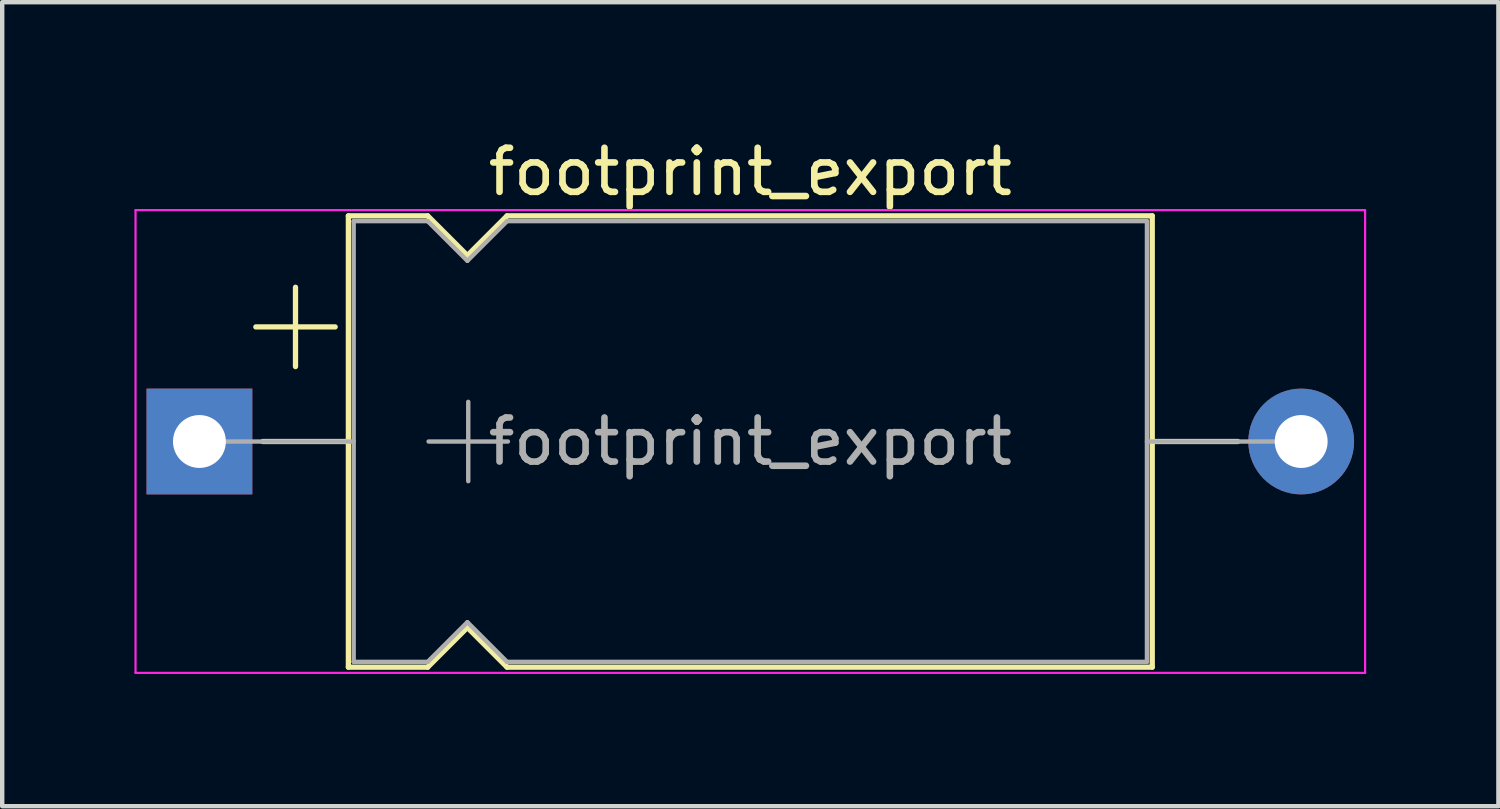
<source format=kicad_pcb>
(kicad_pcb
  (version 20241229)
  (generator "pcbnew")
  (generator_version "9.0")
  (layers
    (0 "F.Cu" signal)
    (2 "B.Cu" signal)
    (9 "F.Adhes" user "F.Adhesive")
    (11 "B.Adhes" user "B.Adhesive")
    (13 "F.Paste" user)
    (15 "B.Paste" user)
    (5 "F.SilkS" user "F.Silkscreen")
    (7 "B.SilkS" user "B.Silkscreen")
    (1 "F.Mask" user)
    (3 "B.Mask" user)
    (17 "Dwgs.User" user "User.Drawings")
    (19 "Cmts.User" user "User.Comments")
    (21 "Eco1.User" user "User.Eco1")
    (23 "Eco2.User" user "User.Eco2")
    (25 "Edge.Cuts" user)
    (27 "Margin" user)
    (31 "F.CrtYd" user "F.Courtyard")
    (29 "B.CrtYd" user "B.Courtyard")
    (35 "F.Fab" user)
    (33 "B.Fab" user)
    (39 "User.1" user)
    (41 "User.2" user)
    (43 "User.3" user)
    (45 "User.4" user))
  (footprint "footprint_export"
    (layer "F.Cu")
    (at 1.475 6.968)
    (property "Reference" "footprint_export" (at 12.5 -6.12 0) (layer "F.SilkS") (effects (font (size 1 1) (thickness 0.15))))
    (attr through_hole)
    (fp_line (start 1.28 -2.6) (end 3.08 -2.6) (stroke (width 0.12) (type solid)) (layer "F.SilkS"))
    (fp_line (start 1.44 0) (end 3.38 0) (stroke (width 0.12) (type solid)) (layer "F.SilkS"))
    (fp_line (start 2.18 -3.5) (end 2.18 -1.7) (stroke (width 0.12) (type solid)) (layer "F.SilkS"))
    (fp_line (start 3.38 -5.12) (end 3.38 5.12) (stroke (width 0.12) (type solid)) (layer "F.SilkS"))
    (fp_line (start 3.38 -5.12) (end 5.18 -5.12) (stroke (width 0.12) (type solid)) (layer "F.SilkS"))
    (fp_line (start 3.38 5.12) (end 5.18 5.12) (stroke (width 0.12) (type solid)) (layer "F.SilkS"))
    (fp_line (start 5.18 -5.12) (end 6.08 -4.22) (stroke (width 0.12) (type solid)) (layer "F.SilkS"))
    (fp_line (start 5.18 5.12) (end 6.08 4.22) (stroke (width 0.12) (type solid)) (layer "F.SilkS"))
    (fp_line (start 6.08 -4.22) (end 6.98 -5.12) (stroke (width 0.12) (type solid)) (layer "F.SilkS"))
    (fp_line (start 6.08 4.22) (end 6.98 5.12) (stroke (width 0.12) (type solid)) (layer "F.SilkS"))
    (fp_line (start 6.98 -5.12) (end 21.62 -5.12) (stroke (width 0.12) (type solid)) (layer "F.SilkS"))
    (fp_line (start 6.98 5.12) (end 21.62 5.12) (stroke (width 0.12) (type solid)) (layer "F.SilkS"))
    (fp_line (start 21.62 -5.12) (end 21.62 5.12) (stroke (width 0.12) (type solid)) (layer "F.SilkS"))
    (fp_line (start 23.56 0) (end 21.62 0) (stroke (width 0.12) (type solid)) (layer "F.SilkS"))
    (fp_line (start -1.45 -5.25) (end -1.45 5.25) (stroke (width 0.05) (type solid)) (layer "F.CrtYd"))
    (fp_line (start -1.45 5.25) (end 26.45 5.25) (stroke (width 0.05) (type solid)) (layer "F.CrtYd"))
    (fp_line (start 26.45 -5.25) (end -1.45 -5.25) (stroke (width 0.05) (type solid)) (layer "F.CrtYd"))
    (fp_line (start 26.45 5.25) (end 26.45 -5.25) (stroke (width 0.05) (type solid)) (layer "F.CrtYd"))
    (fp_line (start 0 0) (end 3.5 0) (stroke (width 0.1) (type solid)) (layer "F.Fab"))
    (fp_line (start 3.5 -5) (end 3.5 5) (stroke (width 0.1) (type solid)) (layer "F.Fab"))
    (fp_line (start 3.5 -5) (end 5.18 -5) (stroke (width 0.1) (type solid)) (layer "F.Fab"))
    (fp_line (start 3.5 5) (end 5.18 5) (stroke (width 0.1) (type solid)) (layer "F.Fab"))
    (fp_line (start 5.18 -5) (end 6.08 -4.1) (stroke (width 0.1) (type solid)) (layer "F.Fab"))
    (fp_line (start 5.18 5) (end 6.08 4.1) (stroke (width 0.1) (type solid)) (layer "F.Fab"))
    (fp_line (start 5.2 0) (end 7 0) (stroke (width 0.1) (type solid)) (layer "F.Fab"))
    (fp_line (start 6.08 -4.1) (end 6.98 -5) (stroke (width 0.1) (type solid)) (layer "F.Fab"))
    (fp_line (start 6.08 4.1) (end 6.98 5) (stroke (width 0.1) (type solid)) (layer "F.Fab"))
    (fp_line (start 6.1 -0.9) (end 6.1 0.9) (stroke (width 0.1) (type solid)) (layer "F.Fab"))
    (fp_line (start 6.98 -5) (end 21.5 -5) (stroke (width 0.1) (type solid)) (layer "F.Fab"))
    (fp_line (start 6.98 5) (end 21.5 5) (stroke (width 0.1) (type solid)) (layer "F.Fab"))
    (fp_line (start 21.5 -5) (end 21.5 5) (stroke (width 0.1) (type solid)) (layer "F.Fab"))
    (fp_line (start 25 0) (end 21.5 0) (stroke (width 0.1) (type solid)) (layer "F.Fab"))
    (fp_text user "${REFERENCE}" (at 12.5 0 0) (layer "F.Fab") (effects (font (size 1 1) (thickness 0.15))))
    (pad "1" thru_hole rect (at 0 0) (size 2.4 2.4) (drill 1.2) (layers "*.Cu" "*.Mask"))
    (pad "2" thru_hole oval (at 25 0) (size 2.4 2.4) (drill 1.2) (layers "*.Cu" "*.Mask")))
  (gr_rect
    (start -3 -3)
    (end 30.95 15.243)
    (stroke (width 0.1) (type default))
    (fill no)
    (layer "Edge.Cuts")))
</source>
